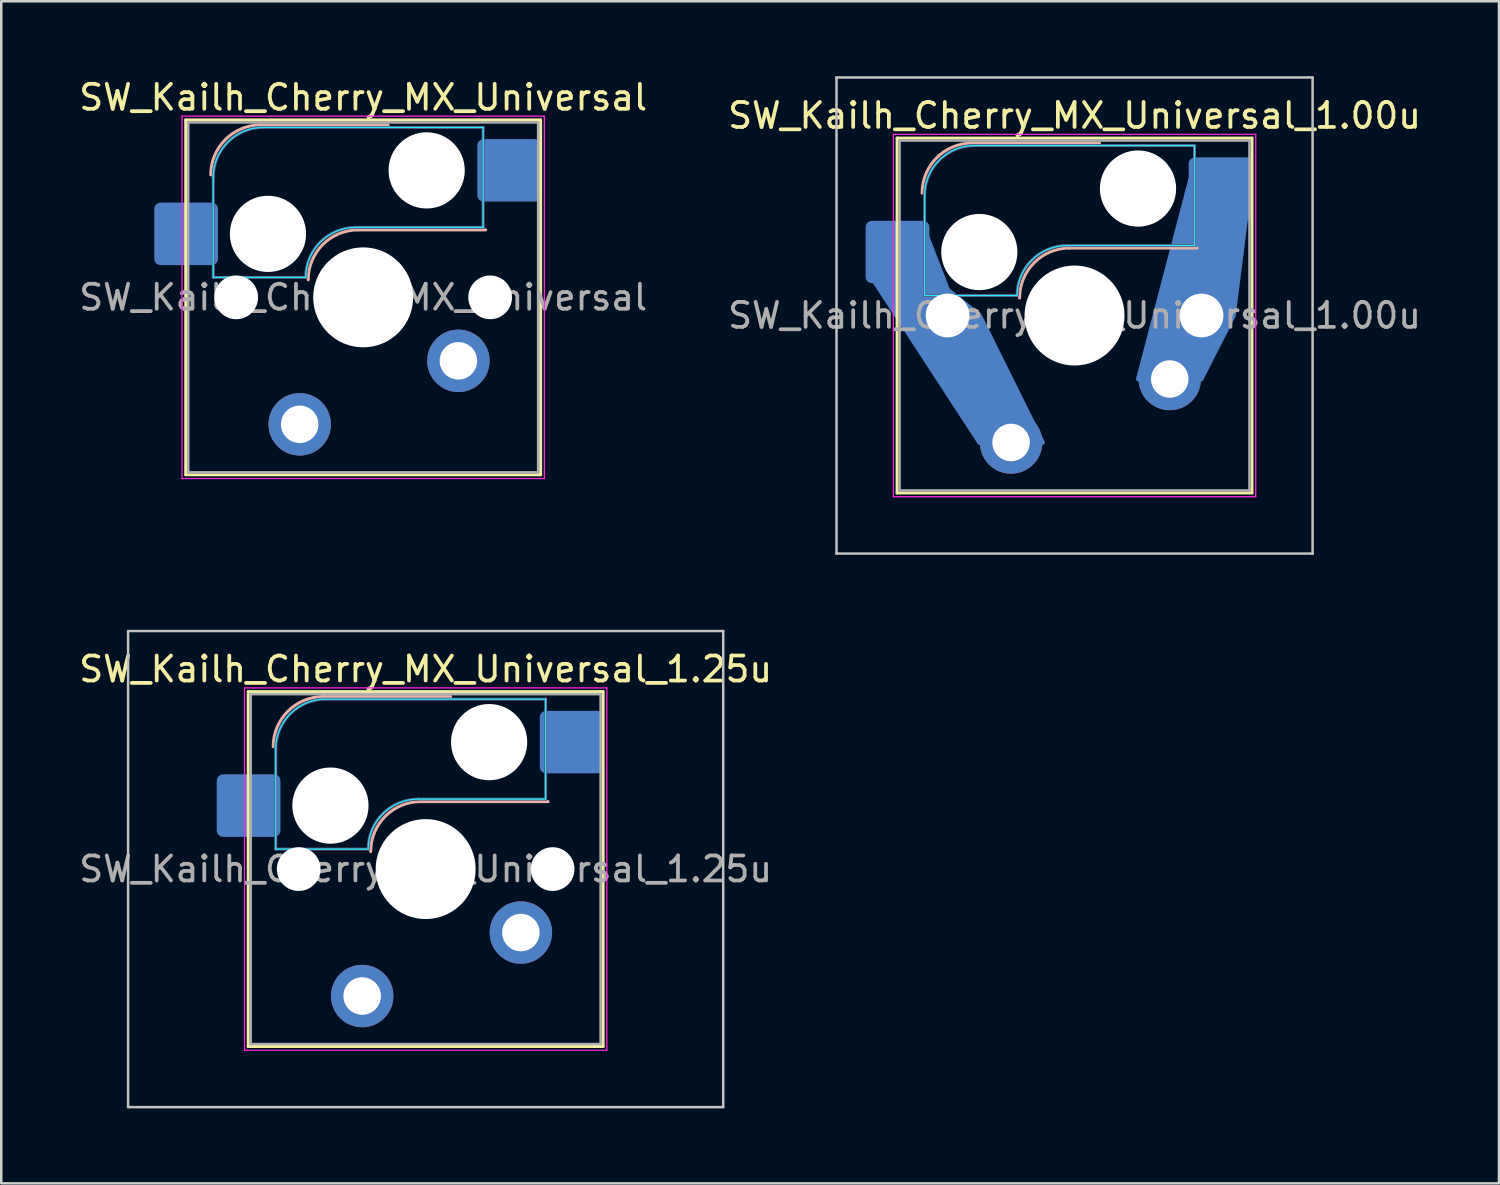
<source format=kicad_pcb>
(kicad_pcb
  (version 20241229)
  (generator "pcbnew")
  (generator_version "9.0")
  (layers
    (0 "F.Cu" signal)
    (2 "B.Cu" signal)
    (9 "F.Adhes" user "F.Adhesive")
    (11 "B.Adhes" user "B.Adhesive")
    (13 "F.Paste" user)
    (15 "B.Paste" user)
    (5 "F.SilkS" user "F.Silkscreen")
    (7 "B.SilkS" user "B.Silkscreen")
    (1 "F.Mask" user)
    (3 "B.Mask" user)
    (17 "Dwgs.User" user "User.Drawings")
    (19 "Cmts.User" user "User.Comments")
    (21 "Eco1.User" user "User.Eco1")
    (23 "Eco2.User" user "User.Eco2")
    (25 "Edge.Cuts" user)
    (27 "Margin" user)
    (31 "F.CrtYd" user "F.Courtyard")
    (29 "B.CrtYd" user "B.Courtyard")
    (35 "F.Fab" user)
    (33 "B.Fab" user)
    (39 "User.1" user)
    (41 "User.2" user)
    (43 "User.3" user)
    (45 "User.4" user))
  (footprint "SW_Kailh_Cherry_MX_Universal_1.00u"
    (layer "F.Cu")
    (at 39.946 9.575)
    (property "Reference" "SW_Kailh_Cherry_MX_Universal_1.00u" (at 0 -8 0) (layer "F.SilkS") (effects (font (size 1 1) (thickness 0.15))))
    (attr smd)
    (fp_poly (pts (xy 6.867 -4.08) (xy 6.35 0) (xy 5.06 2.54) (xy 2.56 2.54) (xy 4.817 -6.08)) (stroke (width 0.2) (type solid)) (fill yes) (layer "B.Cu"))
    (fp_poly (pts (xy -5.08 -1.015) (xy -3.81 0) (xy -1.29 5.08) (xy -3.79 5.08) (xy -8.11 -1.54) (xy -6.06 -3.54)) (stroke (width 0.2) (type solid)) (fill yes) (layer "B.Cu"))
    (fp_line (start -7.1 -7.1) (end -7.1 7.1) (stroke (width 0.12) (type solid)) (layer "F.SilkS"))
    (fp_line (start -7.1 7.1) (end 7.1 7.1) (stroke (width 0.12) (type solid)) (layer "F.SilkS"))
    (fp_line (start 7.1 -7.1) (end -7.1 -7.1) (stroke (width 0.12) (type solid)) (layer "F.SilkS"))
    (fp_line (start 7.1 7.1) (end 7.1 -7.1) (stroke (width 0.12) (type solid)) (layer "F.SilkS"))
    (fp_line (start -4.1 -6.9) (end 1 -6.9) (stroke (width 0.12) (type solid)) (layer "B.SilkS"))
    (fp_line (start -0.2 -2.7) (end 4.9 -2.7) (stroke (width 0.12) (type solid)) (layer "B.SilkS"))
    (fp_arc (start -6.1 -4.9) (mid -5.514214 -6.314214) (end -4.1 -6.9) (stroke (width 0.12) (type solid)) (layer "B.SilkS"))
    (fp_arc (start -2.2 -0.7) (mid -1.614214 -2.114214) (end -0.2 -2.7) (stroke (width 0.12) (type solid)) (layer "B.SilkS"))
    (fp_line (start -9.525 -9.525) (end -9.525 9.525) (stroke (width 0.1) (type solid)) (layer "Dwgs.User"))
    (fp_line (start -9.525 9.525) (end 9.525 9.525) (stroke (width 0.1) (type solid)) (layer "Dwgs.User"))
    (fp_line (start 9.525 -9.525) (end -9.525 -9.525) (stroke (width 0.1) (type solid)) (layer "Dwgs.User"))
    (fp_line (start 9.525 9.525) (end 9.525 -9.525) (stroke (width 0.1) (type solid)) (layer "Dwgs.User"))
    (fp_line (start -7.8 -6) (end -7 -6) (stroke (width 0.1) (type solid)) (layer "Eco1.User"))
    (fp_line (start -7.8 -2.9) (end -7.8 -6) (stroke (width 0.1) (type solid)) (layer "Eco1.User"))
    (fp_line (start -7.8 2.9) (end -7 2.9) (stroke (width 0.1) (type solid)) (layer "Eco1.User"))
    (fp_line (start -7.8 6) (end -7.8 2.9) (stroke (width 0.1) (type solid)) (layer "Eco1.User"))
    (fp_line (start -7 -7) (end 7 -7) (stroke (width 0.1) (type solid)) (layer "Eco1.User"))
    (fp_line (start -7 -6) (end -7 -7) (stroke (width 0.1) (type solid)) (layer "Eco1.User"))
    (fp_line (start -7 -2.9) (end -7.8 -2.9) (stroke (width 0.1) (type solid)) (layer "Eco1.User"))
    (fp_line (start -7 2.9) (end -7 -2.9) (stroke (width 0.1) (type solid)) (layer "Eco1.User"))
    (fp_line (start -7 6) (end -7.8 6) (stroke (width 0.1) (type solid)) (layer "Eco1.User"))
    (fp_line (start -7 7) (end -7 6) (stroke (width 0.1) (type solid)) (layer "Eco1.User"))
    (fp_line (start 7 -7) (end 7 -6) (stroke (width 0.1) (type solid)) (layer "Eco1.User"))
    (fp_line (start 7 -6) (end 7.8 -6) (stroke (width 0.1) (type solid)) (layer "Eco1.User"))
    (fp_line (start 7 -2.9) (end 7 2.9) (stroke (width 0.1) (type solid)) (layer "Eco1.User"))
    (fp_line (start 7 2.9) (end 7.8 2.9) (stroke (width 0.1) (type solid)) (layer "Eco1.User"))
    (fp_line (start 7 6) (end 7 7) (stroke (width 0.1) (type solid)) (layer "Eco1.User"))
    (fp_line (start 7 7) (end -7 7) (stroke (width 0.1) (type solid)) (layer "Eco1.User"))
    (fp_line (start 7.8 -6) (end 7.8 -2.9) (stroke (width 0.1) (type solid)) (layer "Eco1.User"))
    (fp_line (start 7.8 -2.9) (end 7 -2.9) (stroke (width 0.1) (type solid)) (layer "Eco1.User"))
    (fp_line (start 7.8 2.9) (end 7.8 6) (stroke (width 0.1) (type solid)) (layer "Eco1.User"))
    (fp_line (start 7.8 6) (end 7 6) (stroke (width 0.1) (type solid)) (layer "Eco1.User"))
    (fp_line (start -6 -0.8) (end -6 -4.8) (stroke (width 0.05) (type solid)) (layer "B.CrtYd"))
    (fp_line (start -6 -0.8) (end -2.3 -0.8) (stroke (width 0.05) (type solid)) (layer "B.CrtYd"))
    (fp_line (start -4 -6.8) (end 4.8 -6.8) (stroke (width 0.05) (type solid)) (layer "B.CrtYd"))
    (fp_line (start -0.3 -2.8) (end 4.8 -2.8) (stroke (width 0.05) (type solid)) (layer "B.CrtYd"))
    (fp_line (start 4.8 -6.8) (end 4.8 -2.8) (stroke (width 0.05) (type solid)) (layer "B.CrtYd"))
    (fp_arc (start -6 -4.8) (mid -5.414214 -6.214214) (end -4 -6.8) (stroke (width 0.05) (type solid)) (layer "B.CrtYd"))
    (fp_arc (start -2.3 -0.8) (mid -1.714214 -2.214214) (end -0.3 -2.8) (stroke (width 0.05) (type solid)) (layer "B.CrtYd"))
    (fp_line (start -7.25 -7.25) (end -7.25 7.25) (stroke (width 0.05) (type solid)) (layer "F.CrtYd"))
    (fp_line (start -7.25 7.25) (end 7.25 7.25) (stroke (width 0.05) (type solid)) (layer "F.CrtYd"))
    (fp_line (start 7.25 -7.25) (end -7.25 -7.25) (stroke (width 0.05) (type solid)) (layer "F.CrtYd"))
    (fp_line (start 7.25 7.25) (end 7.25 -7.25) (stroke (width 0.05) (type solid)) (layer "F.CrtYd"))
    (fp_line (start -6 -0.8) (end -6 -4.8) (stroke (width 0.12) (type solid)) (layer "B.Fab"))
    (fp_line (start -6 -0.8) (end -2.3 -0.8) (stroke (width 0.12) (type solid)) (layer "B.Fab"))
    (fp_line (start -4 -6.8) (end 4.8 -6.8) (stroke (width 0.12) (type solid)) (layer "B.Fab"))
    (fp_line (start -0.3 -2.8) (end 4.8 -2.8) (stroke (width 0.12) (type solid)) (layer "B.Fab"))
    (fp_line (start 4.8 -6.8) (end 4.8 -2.8) (stroke (width 0.12) (type solid)) (layer "B.Fab"))
    (fp_arc (start -6 -4.8) (mid -5.414214 -6.214214) (end -4 -6.8) (stroke (width 0.12) (type solid)) (layer "B.Fab"))
    (fp_arc (start -2.3 -0.8) (mid -1.714214 -2.214214) (end -0.3 -2.8) (stroke (width 0.12) (type solid)) (layer "B.Fab"))
    (fp_line (start -7 -7) (end -7 7) (stroke (width 0.1) (type solid)) (layer "F.Fab"))
    (fp_line (start -7 7) (end 7 7) (stroke (width 0.1) (type solid)) (layer "F.Fab"))
    (fp_line (start 7 -7) (end -7 -7) (stroke (width 0.1) (type solid)) (layer "F.Fab"))
    (fp_line (start 7 7) (end 7 -7) (stroke (width 0.1) (type solid)) (layer "F.Fab"))
    (fp_text user "${REFERENCE}" (at 0 0 0) (layer "F.Fab") (effects (font (size 1 1) (thickness 0.15))))
    (pad "" np_thru_hole circle (at -5.08 0) (size 1.75 1.75) (drill 1.75) (layers "*.Cu" "*.Mask"))
    (pad "" np_thru_hole circle (at -3.81 -2.54) (size 3.05 3.05) (drill 3.05) (layers "*.Cu" "*.Mask"))
    (pad "" np_thru_hole circle (at 0 0) (size 4 4) (drill 4) (layers "*.Cu" "*.Mask"))
    (pad "" np_thru_hole circle (at 2.54 -5.08) (size 3.05 3.05) (drill 3.05) (layers "*.Cu" "*.Mask"))
    (pad "" np_thru_hole circle (at 5.08 0) (size 1.75 1.75) (drill 1.75) (layers "*.Cu" "*.Mask"))
    (pad "1" smd roundrect (at -7.085 -2.54) (size 2.55 2.5) (layers "B.Cu" "B.Mask" "B.Paste") (roundrect_rratio 0.1))
    (pad "1" thru_hole circle (at -2.54 5.08) (size 2.5 2.5) (drill 1.5) (layers "*.Cu" "*.Mask"))
    (pad "2" thru_hole circle (at 3.81 2.54) (size 2.5 2.5) (drill 1.5) (layers "*.Cu" "*.Mask"))
    (pad "2" smd roundrect (at 5.842 -5.08) (size 2.55 2.5) (layers "B.Cu" "B.Mask" "B.Paste") (roundrect_rratio 0.1)))
  (footprint "SW_Kailh_Cherry_MX_Universal"
    (layer "F.Cu")
    (at 11.482 8.848)
    (property "Reference" "SW_Kailh_Cherry_MX_Universal" (at 0 -8 0) (layer "F.SilkS") (effects (font (size 1 1) (thickness 0.15))))
    (attr through_hole)
    (fp_line (start -7.1 -7.1) (end -7.1 7.1) (stroke (width 0.12) (type solid)) (layer "F.SilkS"))
    (fp_line (start -7.1 7.1) (end 7.1 7.1) (stroke (width 0.12) (type solid)) (layer "F.SilkS"))
    (fp_line (start 7.1 -7.1) (end -7.1 -7.1) (stroke (width 0.12) (type solid)) (layer "F.SilkS"))
    (fp_line (start 7.1 7.1) (end 7.1 -7.1) (stroke (width 0.12) (type solid)) (layer "F.SilkS"))
    (fp_line (start -4.1 -6.9) (end 1 -6.9) (stroke (width 0.12) (type solid)) (layer "B.SilkS"))
    (fp_line (start -0.2 -2.7) (end 4.9 -2.7) (stroke (width 0.12) (type solid)) (layer "B.SilkS"))
    (fp_arc (start -6.1 -4.9) (mid -5.514214 -6.314214) (end -4.1 -6.9) (stroke (width 0.12) (type solid)) (layer "B.SilkS"))
    (fp_arc (start -2.2 -0.7) (mid -1.614214 -2.114214) (end -0.2 -2.7) (stroke (width 0.12) (type solid)) (layer "B.SilkS"))
    (fp_line (start -7.8 -6) (end -7 -6) (stroke (width 0.1) (type solid)) (layer "Eco1.User"))
    (fp_line (start -7.8 -2.9) (end -7.8 -6) (stroke (width 0.1) (type solid)) (layer "Eco1.User"))
    (fp_line (start -7.8 2.9) (end -7 2.9) (stroke (width 0.1) (type solid)) (layer "Eco1.User"))
    (fp_line (start -7.8 6) (end -7.8 2.9) (stroke (width 0.1) (type solid)) (layer "Eco1.User"))
    (fp_line (start -7 -7) (end 7 -7) (stroke (width 0.1) (type solid)) (layer "Eco1.User"))
    (fp_line (start -7 -6) (end -7 -7) (stroke (width 0.1) (type solid)) (layer "Eco1.User"))
    (fp_line (start -7 -2.9) (end -7.8 -2.9) (stroke (width 0.1) (type solid)) (layer "Eco1.User"))
    (fp_line (start -7 2.9) (end -7 -2.9) (stroke (width 0.1) (type solid)) (layer "Eco1.User"))
    (fp_line (start -7 6) (end -7.8 6) (stroke (width 0.1) (type solid)) (layer "Eco1.User"))
    (fp_line (start -7 7) (end -7 6) (stroke (width 0.1) (type solid)) (layer "Eco1.User"))
    (fp_line (start 7 -7) (end 7 -6) (stroke (width 0.1) (type solid)) (layer "Eco1.User"))
    (fp_line (start 7 -6) (end 7.8 -6) (stroke (width 0.1) (type solid)) (layer "Eco1.User"))
    (fp_line (start 7 -2.9) (end 7 2.9) (stroke (width 0.1) (type solid)) (layer "Eco1.User"))
    (fp_line (start 7 2.9) (end 7.8 2.9) (stroke (width 0.1) (type solid)) (layer "Eco1.User"))
    (fp_line (start 7 6) (end 7 7) (stroke (width 0.1) (type solid)) (layer "Eco1.User"))
    (fp_line (start 7 7) (end -7 7) (stroke (width 0.1) (type solid)) (layer "Eco1.User"))
    (fp_line (start 7.8 -6) (end 7.8 -2.9) (stroke (width 0.1) (type solid)) (layer "Eco1.User"))
    (fp_line (start 7.8 -2.9) (end 7 -2.9) (stroke (width 0.1) (type solid)) (layer "Eco1.User"))
    (fp_line (start 7.8 2.9) (end 7.8 6) (stroke (width 0.1) (type solid)) (layer "Eco1.User"))
    (fp_line (start 7.8 6) (end 7 6) (stroke (width 0.1) (type solid)) (layer "Eco1.User"))
    (fp_line (start -6 -0.8) (end -6 -4.8) (stroke (width 0.05) (type solid)) (layer "B.CrtYd"))
    (fp_line (start -6 -0.8) (end -2.3 -0.8) (stroke (width 0.05) (type solid)) (layer "B.CrtYd"))
    (fp_line (start -4 -6.8) (end 4.8 -6.8) (stroke (width 0.05) (type solid)) (layer "B.CrtYd"))
    (fp_line (start -0.3 -2.8) (end 4.8 -2.8) (stroke (width 0.05) (type solid)) (layer "B.CrtYd"))
    (fp_line (start 4.8 -6.8) (end 4.8 -2.8) (stroke (width 0.05) (type solid)) (layer "B.CrtYd"))
    (fp_arc (start -6 -4.8) (mid -5.414214 -6.214214) (end -4 -6.8) (stroke (width 0.05) (type solid)) (layer "B.CrtYd"))
    (fp_arc (start -2.3 -0.8) (mid -1.714214 -2.214214) (end -0.3 -2.8) (stroke (width 0.05) (type solid)) (layer "B.CrtYd"))
    (fp_line (start -7.25 -7.25) (end -7.25 7.25) (stroke (width 0.05) (type solid)) (layer "F.CrtYd"))
    (fp_line (start -7.25 7.25) (end 7.25 7.25) (stroke (width 0.05) (type solid)) (layer "F.CrtYd"))
    (fp_line (start 7.25 -7.25) (end -7.25 -7.25) (stroke (width 0.05) (type solid)) (layer "F.CrtYd"))
    (fp_line (start 7.25 7.25) (end 7.25 -7.25) (stroke (width 0.05) (type solid)) (layer "F.CrtYd"))
    (fp_line (start -6 -0.8) (end -6 -4.8) (stroke (width 0.12) (type solid)) (layer "B.Fab"))
    (fp_line (start -6 -0.8) (end -2.3 -0.8) (stroke (width 0.12) (type solid)) (layer "B.Fab"))
    (fp_line (start -4 -6.8) (end 4.8 -6.8) (stroke (width 0.12) (type solid)) (layer "B.Fab"))
    (fp_line (start -0.3 -2.8) (end 4.8 -2.8) (stroke (width 0.12) (type solid)) (layer "B.Fab"))
    (fp_line (start 4.8 -6.8) (end 4.8 -2.8) (stroke (width 0.12) (type solid)) (layer "B.Fab"))
    (fp_arc (start -6 -4.8) (mid -5.414214 -6.214214) (end -4 -6.8) (stroke (width 0.12) (type solid)) (layer "B.Fab"))
    (fp_arc (start -2.3 -0.8) (mid -1.714214 -2.214214) (end -0.3 -2.8) (stroke (width 0.12) (type solid)) (layer "B.Fab"))
    (fp_line (start -7 -7) (end -7 7) (stroke (width 0.1) (type solid)) (layer "F.Fab"))
    (fp_line (start -7 7) (end 7 7) (stroke (width 0.1) (type solid)) (layer "F.Fab"))
    (fp_line (start 7 -7) (end -7 -7) (stroke (width 0.1) (type solid)) (layer "F.Fab"))
    (fp_line (start 7 7) (end 7 -7) (stroke (width 0.1) (type solid)) (layer "F.Fab"))
    (fp_text user "${REFERENCE}" (at 0 0 0) (layer "F.Fab") (effects (font (size 1 1) (thickness 0.15))))
    (pad "" np_thru_hole circle (at -5.08 0) (size 1.75 1.75) (drill 1.75) (layers "*.Cu" "*.Mask"))
    (pad "" np_thru_hole circle (at -3.81 -2.54) (size 3.05 3.05) (drill 3.05) (layers "*.Cu" "*.Mask"))
    (pad "" np_thru_hole circle (at 0 0) (size 4 4) (drill 4) (layers "*.Cu" "*.Mask"))
    (pad "" np_thru_hole circle (at 2.54 -5.08) (size 3.05 3.05) (drill 3.05) (layers "*.Cu" "*.Mask"))
    (pad "" np_thru_hole circle (at 5.08 0) (size 1.75 1.75) (drill 1.75) (layers "*.Cu" "*.Mask"))
    (pad "1" smd roundrect (at -7.085 -2.54) (size 2.55 2.5) (layers "B.Cu" "B.Mask" "B.Paste") (roundrect_rratio 0.1))
    (pad "1" thru_hole circle (at -2.54 5.08) (size 2.5 2.5) (drill 1.5) (layers "*.Cu" "*.Mask"))
    (pad "2" thru_hole circle (at 3.81 2.54) (size 2.5 2.5) (drill 1.5) (layers "*.Cu" "*.Mask"))
    (pad "2" smd roundrect (at 5.842 -5.08) (size 2.55 2.5) (layers "B.Cu" "B.Mask" "B.Paste") (roundrect_rratio 0.1)))
  (footprint "SW_Kailh_Cherry_MX_Universal_1.25u"
    (layer "F.Cu")
    (at 13.982 31.725)
    (property "Reference" "SW_Kailh_Cherry_MX_Universal_1.25u" (at 0 -8 0) (layer "F.SilkS") (effects (font (size 1 1) (thickness 0.15))))
    (attr through_hole)
    (fp_line (start -7.1 -7.1) (end -7.1 7.1) (stroke (width 0.12) (type solid)) (layer "F.SilkS"))
    (fp_line (start -7.1 7.1) (end 7.1 7.1) (stroke (width 0.12) (type solid)) (layer "F.SilkS"))
    (fp_line (start 7.1 -7.1) (end -7.1 -7.1) (stroke (width 0.12) (type solid)) (layer "F.SilkS"))
    (fp_line (start 7.1 7.1) (end 7.1 -7.1) (stroke (width 0.12) (type solid)) (layer "F.SilkS"))
    (fp_line (start -4.1 -6.9) (end 1 -6.9) (stroke (width 0.12) (type solid)) (layer "B.SilkS"))
    (fp_line (start -0.2 -2.7) (end 4.9 -2.7) (stroke (width 0.12) (type solid)) (layer "B.SilkS"))
    (fp_arc (start -6.1 -4.9) (mid -5.514214 -6.314214) (end -4.1 -6.9) (stroke (width 0.12) (type solid)) (layer "B.SilkS"))
    (fp_arc (start -2.2 -0.7) (mid -1.614214 -2.114214) (end -0.2 -2.7) (stroke (width 0.12) (type solid)) (layer "B.SilkS"))
    (fp_line (start -11.906 -9.525) (end -11.906 9.525) (stroke (width 0.1) (type solid)) (layer "Dwgs.User"))
    (fp_line (start -11.906 9.525) (end 11.906 9.525) (stroke (width 0.1) (type solid)) (layer "Dwgs.User"))
    (fp_line (start 11.906 -9.525) (end -11.906 -9.525) (stroke (width 0.1) (type solid)) (layer "Dwgs.User"))
    (fp_line (start 11.906 9.525) (end 11.906 -9.525) (stroke (width 0.1) (type solid)) (layer "Dwgs.User"))
    (fp_line (start -7.8 -6) (end -7 -6) (stroke (width 0.1) (type solid)) (layer "Eco1.User"))
    (fp_line (start -7.8 -2.9) (end -7.8 -6) (stroke (width 0.1) (type solid)) (layer "Eco1.User"))
    (fp_line (start -7.8 2.9) (end -7 2.9) (stroke (width 0.1) (type solid)) (layer "Eco1.User"))
    (fp_line (start -7.8 6) (end -7.8 2.9) (stroke (width 0.1) (type solid)) (layer "Eco1.User"))
    (fp_line (start -7 -7) (end 7 -7) (stroke (width 0.1) (type solid)) (layer "Eco1.User"))
    (fp_line (start -7 -6) (end -7 -7) (stroke (width 0.1) (type solid)) (layer "Eco1.User"))
    (fp_line (start -7 -2.9) (end -7.8 -2.9) (stroke (width 0.1) (type solid)) (layer "Eco1.User"))
    (fp_line (start -7 2.9) (end -7 -2.9) (stroke (width 0.1) (type solid)) (layer "Eco1.User"))
    (fp_line (start -7 6) (end -7.8 6) (stroke (width 0.1) (type solid)) (layer "Eco1.User"))
    (fp_line (start -7 7) (end -7 6) (stroke (width 0.1) (type solid)) (layer "Eco1.User"))
    (fp_line (start 7 -7) (end 7 -6) (stroke (width 0.1) (type solid)) (layer "Eco1.User"))
    (fp_line (start 7 -6) (end 7.8 -6) (stroke (width 0.1) (type solid)) (layer "Eco1.User"))
    (fp_line (start 7 -2.9) (end 7 2.9) (stroke (width 0.1) (type solid)) (layer "Eco1.User"))
    (fp_line (start 7 2.9) (end 7.8 2.9) (stroke (width 0.1) (type solid)) (layer "Eco1.User"))
    (fp_line (start 7 6) (end 7 7) (stroke (width 0.1) (type solid)) (layer "Eco1.User"))
    (fp_line (start 7 7) (end -7 7) (stroke (width 0.1) (type solid)) (layer "Eco1.User"))
    (fp_line (start 7.8 -6) (end 7.8 -2.9) (stroke (width 0.1) (type solid)) (layer "Eco1.User"))
    (fp_line (start 7.8 -2.9) (end 7 -2.9) (stroke (width 0.1) (type solid)) (layer "Eco1.User"))
    (fp_line (start 7.8 2.9) (end 7.8 6) (stroke (width 0.1) (type solid)) (layer "Eco1.User"))
    (fp_line (start 7.8 6) (end 7 6) (stroke (width 0.1) (type solid)) (layer "Eco1.User"))
    (fp_line (start -6 -0.8) (end -6 -4.8) (stroke (width 0.05) (type solid)) (layer "B.CrtYd"))
    (fp_line (start -6 -0.8) (end -2.3 -0.8) (stroke (width 0.05) (type solid)) (layer "B.CrtYd"))
    (fp_line (start -4 -6.8) (end 4.8 -6.8) (stroke (width 0.05) (type solid)) (layer "B.CrtYd"))
    (fp_line (start -0.3 -2.8) (end 4.8 -2.8) (stroke (width 0.05) (type solid)) (layer "B.CrtYd"))
    (fp_line (start 4.8 -6.8) (end 4.8 -2.8) (stroke (width 0.05) (type solid)) (layer "B.CrtYd"))
    (fp_arc (start -6 -4.8) (mid -5.414214 -6.214214) (end -4 -6.8) (stroke (width 0.05) (type solid)) (layer "B.CrtYd"))
    (fp_arc (start -2.3 -0.8) (mid -1.714214 -2.214214) (end -0.3 -2.8) (stroke (width 0.05) (type solid)) (layer "B.CrtYd"))
    (fp_line (start -7.25 -7.25) (end -7.25 7.25) (stroke (width 0.05) (type solid)) (layer "F.CrtYd"))
    (fp_line (start -7.25 7.25) (end 7.25 7.25) (stroke (width 0.05) (type solid)) (layer "F.CrtYd"))
    (fp_line (start 7.25 -7.25) (end -7.25 -7.25) (stroke (width 0.05) (type solid)) (layer "F.CrtYd"))
    (fp_line (start 7.25 7.25) (end 7.25 -7.25) (stroke (width 0.05) (type solid)) (layer "F.CrtYd"))
    (fp_line (start -6 -0.8) (end -6 -4.8) (stroke (width 0.12) (type solid)) (layer "B.Fab"))
    (fp_line (start -6 -0.8) (end -2.3 -0.8) (stroke (width 0.12) (type solid)) (layer "B.Fab"))
    (fp_line (start -4 -6.8) (end 4.8 -6.8) (stroke (width 0.12) (type solid)) (layer "B.Fab"))
    (fp_line (start -0.3 -2.8) (end 4.8 -2.8) (stroke (width 0.12) (type solid)) (layer "B.Fab"))
    (fp_line (start 4.8 -6.8) (end 4.8 -2.8) (stroke (width 0.12) (type solid)) (layer "B.Fab"))
    (fp_arc (start -6 -4.8) (mid -5.414214 -6.214214) (end -4 -6.8) (stroke (width 0.12) (type solid)) (layer "B.Fab"))
    (fp_arc (start -2.3 -0.8) (mid -1.714214 -2.214214) (end -0.3 -2.8) (stroke (width 0.12) (type solid)) (layer "B.Fab"))
    (fp_line (start -7 -7) (end -7 7) (stroke (width 0.1) (type solid)) (layer "F.Fab"))
    (fp_line (start -7 7) (end 7 7) (stroke (width 0.1) (type solid)) (layer "F.Fab"))
    (fp_line (start 7 -7) (end -7 -7) (stroke (width 0.1) (type solid)) (layer "F.Fab"))
    (fp_line (start 7 7) (end 7 -7) (stroke (width 0.1) (type solid)) (layer "F.Fab"))
    (fp_text user "${REFERENCE}" (at 0 0 0) (layer "F.Fab") (effects (font (size 1 1) (thickness 0.15))))
    (pad "" np_thru_hole circle (at -5.08 0) (size 1.75 1.75) (drill 1.75) (layers "*.Cu" "*.Mask"))
    (pad "" np_thru_hole circle (at -3.81 -2.54) (size 3.05 3.05) (drill 3.05) (layers "*.Cu" "*.Mask"))
    (pad "" np_thru_hole circle (at 0 0) (size 4 4) (drill 4) (layers "*.Cu" "*.Mask"))
    (pad "" np_thru_hole circle (at 2.54 -5.08) (size 3.05 3.05) (drill 3.05) (layers "*.Cu" "*.Mask"))
    (pad "" np_thru_hole circle (at 5.08 0) (size 1.75 1.75) (drill 1.75) (layers "*.Cu" "*.Mask"))
    (pad "1" smd roundrect (at -7.085 -2.54) (size 2.55 2.5) (layers "B.Cu" "B.Mask" "B.Paste") (roundrect_rratio 0.1))
    (pad "1" thru_hole circle (at -2.54 5.08) (size 2.5 2.5) (drill 1.5) (layers "*.Cu" "*.Mask"))
    (pad "2" thru_hole circle (at 3.81 2.54) (size 2.5 2.5) (drill 1.5) (layers "*.Cu" "*.Mask"))
    (pad "2" smd roundrect (at 5.842 -5.08) (size 2.55 2.5) (layers "B.Cu" "B.Mask" "B.Paste") (roundrect_rratio 0.1)))
  (gr_rect
    (start -3 -3)
    (end 56.929 44.3)
    (stroke (width 0.1) (type default))
    (fill no)
    (layer "Edge.Cuts")))
</source>
